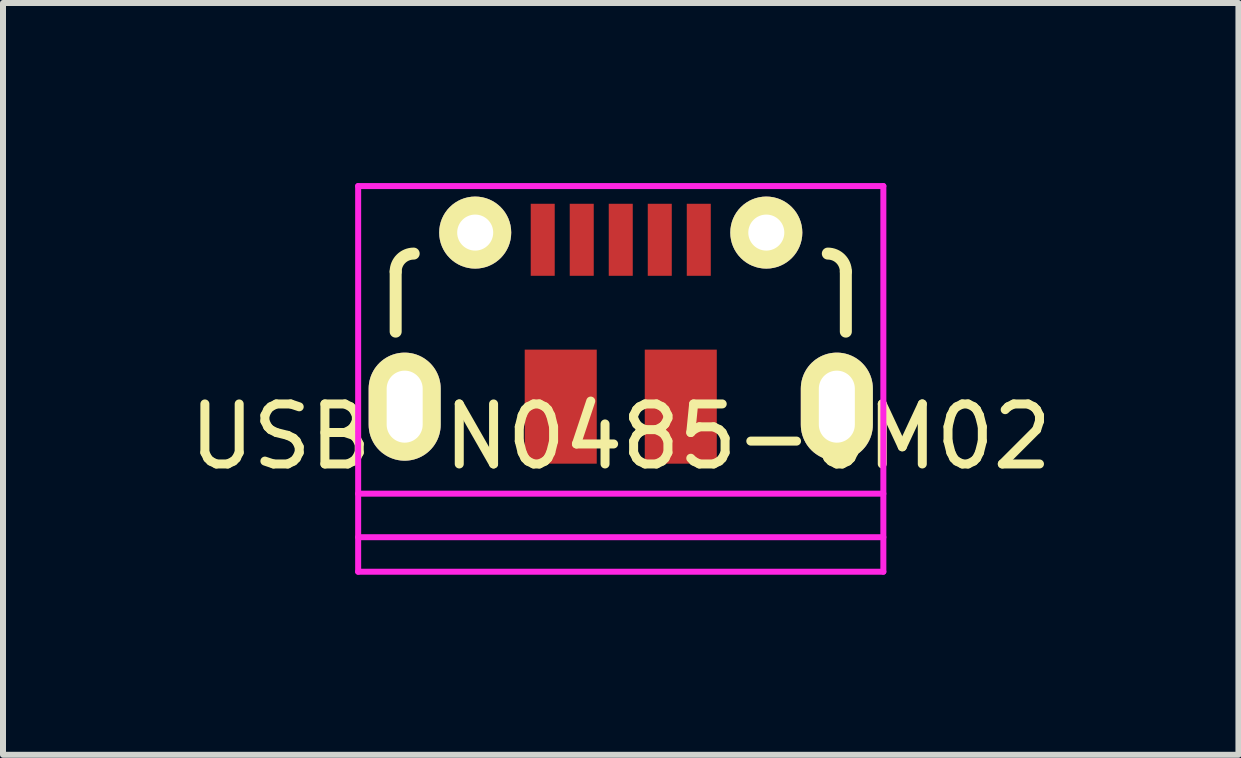
<source format=kicad_pcb>
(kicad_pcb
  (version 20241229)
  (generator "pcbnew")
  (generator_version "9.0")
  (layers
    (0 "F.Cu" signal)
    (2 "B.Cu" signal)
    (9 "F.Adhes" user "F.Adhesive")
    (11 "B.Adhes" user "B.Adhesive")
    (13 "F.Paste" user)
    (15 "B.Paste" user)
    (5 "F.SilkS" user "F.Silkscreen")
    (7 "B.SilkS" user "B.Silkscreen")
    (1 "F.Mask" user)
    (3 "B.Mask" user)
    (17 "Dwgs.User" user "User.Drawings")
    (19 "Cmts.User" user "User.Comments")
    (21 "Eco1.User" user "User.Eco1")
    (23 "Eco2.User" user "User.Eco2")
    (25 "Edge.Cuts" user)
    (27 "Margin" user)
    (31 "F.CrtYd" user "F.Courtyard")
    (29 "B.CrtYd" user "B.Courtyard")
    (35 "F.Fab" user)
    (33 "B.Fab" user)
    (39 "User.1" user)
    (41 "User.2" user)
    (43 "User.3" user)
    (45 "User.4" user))
  (footprint "USB-N0485-0M02"
    (layer "F.Cu")
    (at 7.292 3.725)
    (property "Reference" "USB-N0485-0M02" (at 0 0.5 0) (layer "F.SilkS") (effects (font (size 1 1) (thickness 0.15))))
    (attr through_hole)
    (fp_line (start -3.75 -2.25) (end -3.75 -1.25) (stroke (width 0.2) (type solid)) (layer "F.SilkS"))
    (fp_line (start 3.75 -2.25) (end 3.75 -1.25) (stroke (width 0.2) (type solid)) (layer "F.SilkS"))
    (fp_arc (start -3.75 -2.25) (mid -3.662132 -2.462132) (end -3.45 -2.55) (stroke (width 0.2) (type solid)) (layer "F.SilkS"))
    (fp_arc (start 3.45 -2.55) (mid 3.662132 -2.462132) (end 3.75 -2.25) (stroke (width 0.2) (type solid)) (layer "F.SilkS"))
    (fp_line (start -4.375 -3.675) (end 4.375 -3.675) (stroke (width 0.1) (type solid)) (layer "F.CrtYd"))
    (fp_line (start -4.375 1.45) (end 4.375 1.45) (stroke (width 0.1) (type solid)) (layer "F.CrtYd"))
    (fp_line (start -4.375 2.175) (end 4.375 2.175) (stroke (width 0.1) (type solid)) (layer "F.CrtYd"))
    (fp_line (start -4.375 2.75) (end -4.375 -3.675) (stroke (width 0.1) (type solid)) (layer "F.CrtYd"))
    (fp_line (start -4.375 2.75) (end 4.375 2.75) (stroke (width 0.1) (type solid)) (layer "F.CrtYd"))
    (fp_line (start 4.375 2.75) (end 4.375 -3.675) (stroke (width 0.1) (type solid)) (layer "F.CrtYd"))
    (pad "1" smd rect (at -1.3 -2.78) (size 0.4 1.2) (layers "F.Cu" "F.Mask" "F.Paste"))
    (pad "2" smd rect (at -0.65 -2.78) (size 0.4 1.2) (layers "F.Cu" "F.Mask" "F.Paste"))
    (pad "3" smd rect (at 0 -2.78) (size 0.4 1.2) (layers "F.Cu" "F.Mask" "F.Paste"))
    (pad "4" smd rect (at 0.65 -2.78) (size 0.4 1.2) (layers "F.Cu" "F.Mask" "F.Paste"))
    (pad "5" smd rect (at 1.3 -2.78) (size 0.4 1.2) (layers "F.Cu" "F.Mask" "F.Paste"))
    (pad "6" smd rect (at -1 0) (size 1.2 1.9) (layers "F.Cu" "F.Mask" "F.Paste"))
    (pad "7" smd rect (at 1 0) (size 1.2 1.9) (layers "F.Cu" "F.Mask" "F.Paste"))
    (pad "8" thru_hole circle (at -2.425 -2.9) (size 1.2 1.2) (drill 0.6) (layers "*.Cu" "*.Mask" "F.SilkS"))
    (pad "9" thru_hole circle (at 2.425 -2.9) (size 1.2 1.2) (drill 0.6) (layers "*.Cu" "*.Mask" "F.SilkS"))
    (pad "10" thru_hole oval (at -3.6 0) (size 1.2 1.8) (drill oval 0.6 1.2) (layers "*.Cu" "*.Mask" "F.SilkS"))
    (pad "11" thru_hole oval (at 3.6 0) (size 1.2 1.8) (drill oval 0.6 1.2) (layers "*.Cu" "*.Mask" "F.SilkS")))
  (gr_rect
    (start -3 -3)
    (end 17.583 9.525)
    (stroke (width 0.1) (type default))
    (fill no)
    (layer "Edge.Cuts")))
</source>
